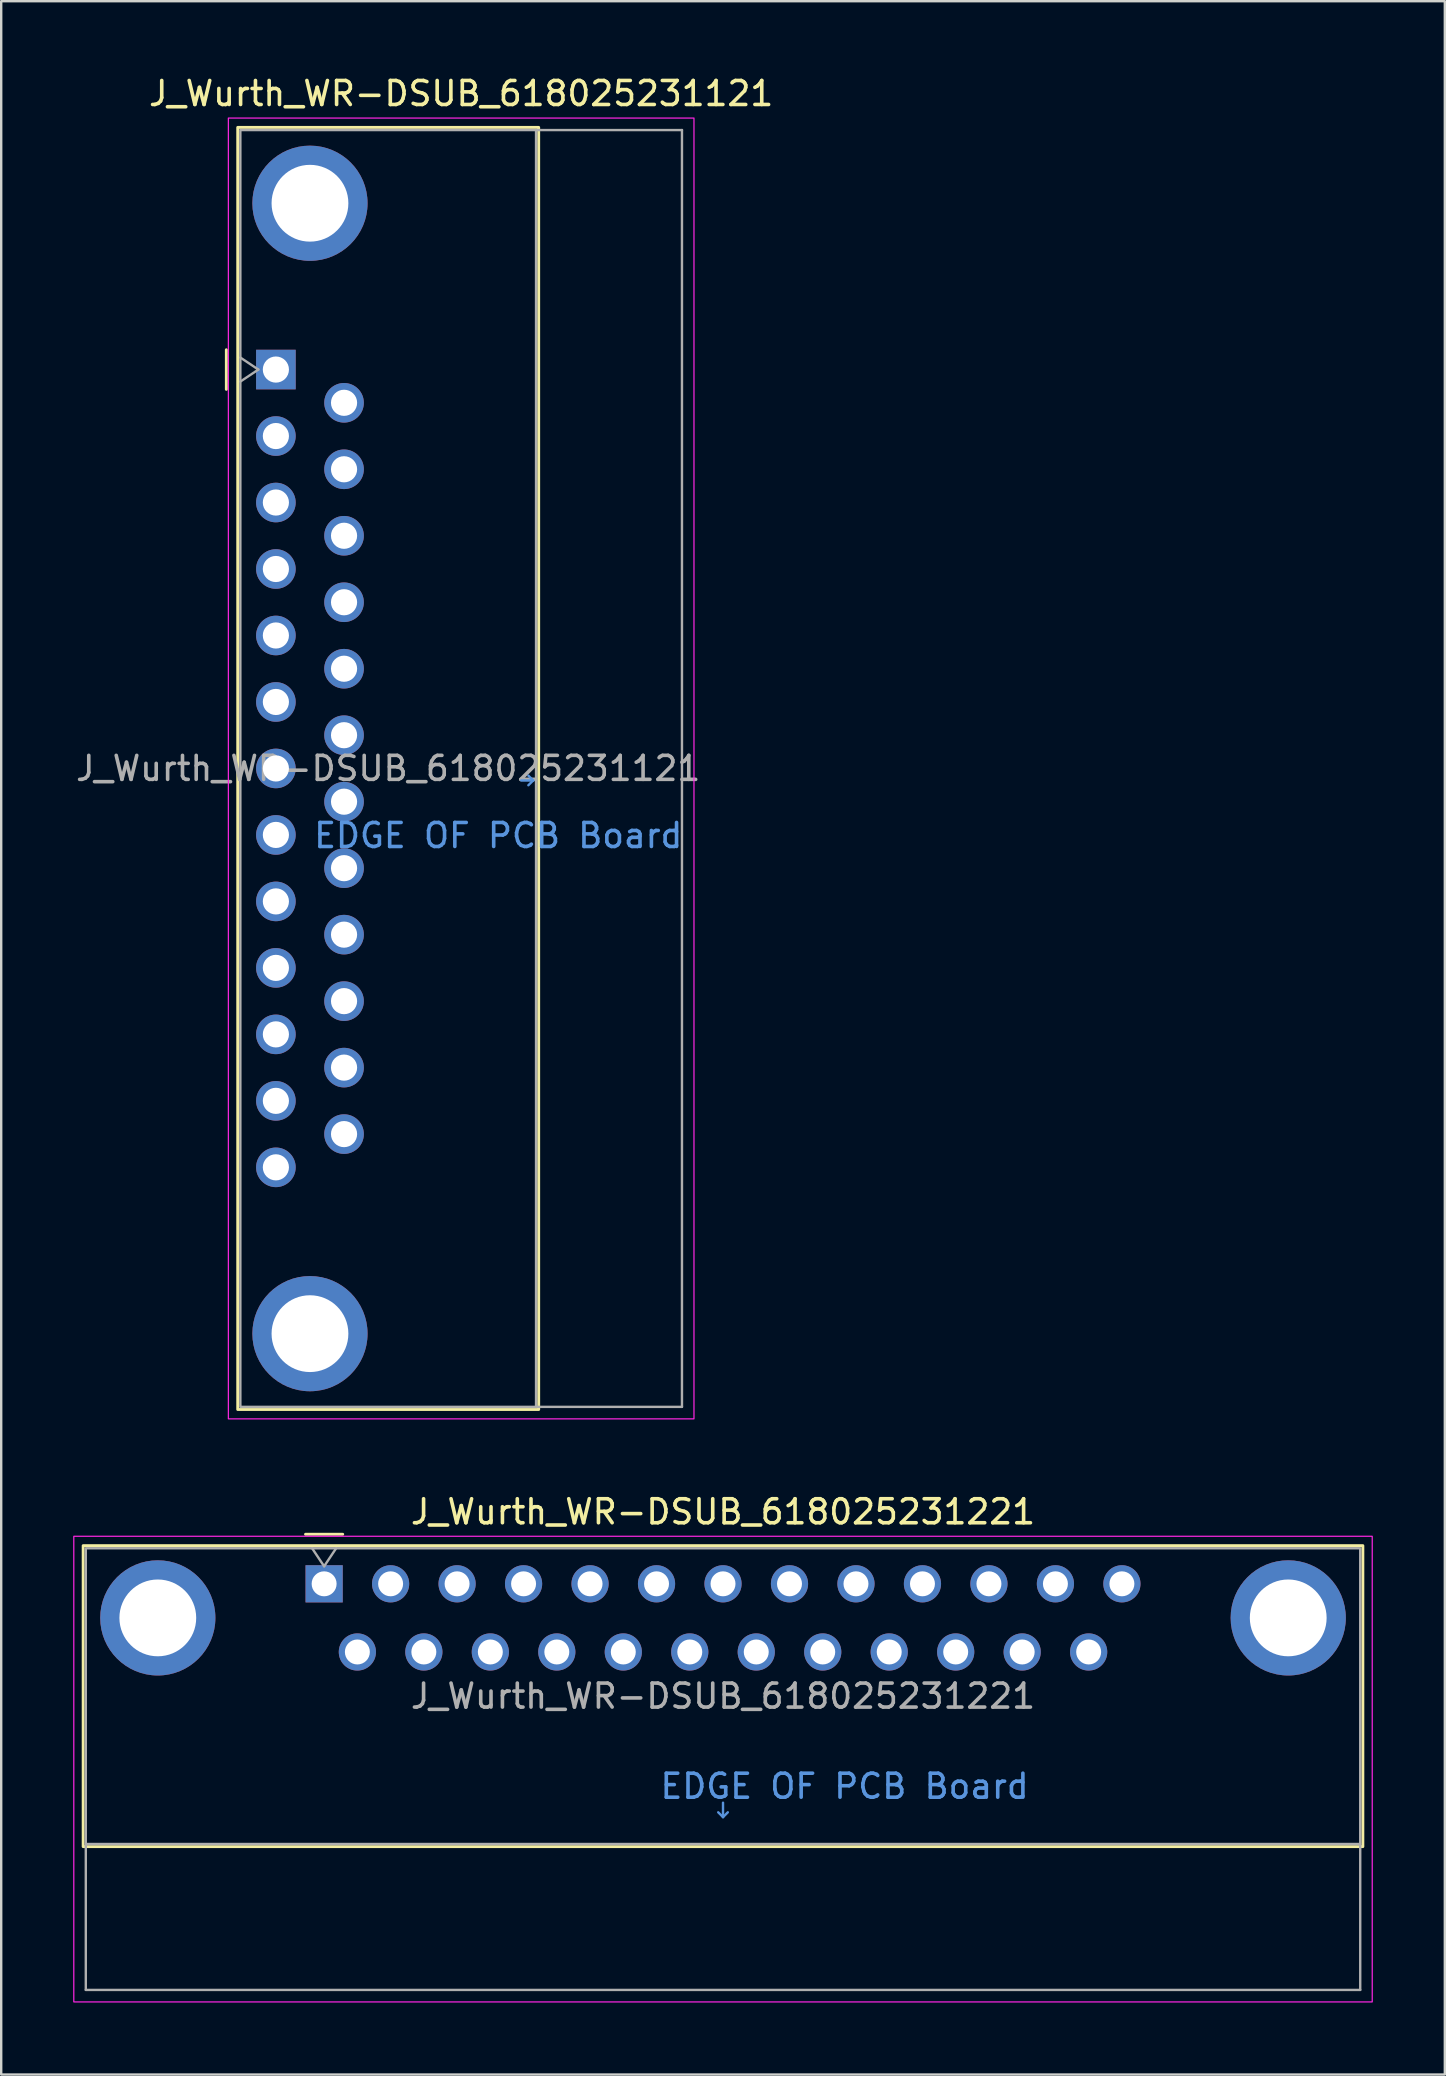
<source format=kicad_pcb>
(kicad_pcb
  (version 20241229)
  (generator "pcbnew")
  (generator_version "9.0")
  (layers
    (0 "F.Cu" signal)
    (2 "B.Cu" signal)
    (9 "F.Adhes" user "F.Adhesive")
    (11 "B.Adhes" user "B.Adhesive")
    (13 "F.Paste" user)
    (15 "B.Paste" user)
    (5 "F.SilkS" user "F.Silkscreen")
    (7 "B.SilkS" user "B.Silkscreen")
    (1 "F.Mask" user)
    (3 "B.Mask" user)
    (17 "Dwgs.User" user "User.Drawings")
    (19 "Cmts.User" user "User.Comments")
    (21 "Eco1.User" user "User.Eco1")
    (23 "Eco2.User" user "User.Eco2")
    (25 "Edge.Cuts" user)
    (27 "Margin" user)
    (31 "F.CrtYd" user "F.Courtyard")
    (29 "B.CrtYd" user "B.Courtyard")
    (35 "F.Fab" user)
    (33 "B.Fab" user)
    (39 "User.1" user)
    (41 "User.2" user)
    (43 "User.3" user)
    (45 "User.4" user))
  (footprint "J_Wurth_WR-DSUB_618025231121"
    (layer "F.Cu")
    (at 8.445 12.348)
    (property "Reference" "J_Wurth_WR-DSUB_618025231121" (at 7.72 -11.5 0) (unlocked yes) (layer "F.SilkS") (effects (font (size 1 1) (thickness 0.15))))
    (attr through_hole)
    (fp_line (start -2.065 -0.825) (end -2.065 0.825) (stroke (width 0.12) (type solid)) (layer "F.SilkS"))
    (fp_rect (start -1.59 -10.09) (end 10.95 43.33) (stroke (width 0.12) (type solid)) (fill no) (layer "F.SilkS"))
    (fp_line (start 10.22 17.12) (end 10.72 17.12) (stroke (width 0.1) (type solid)) (layer "Cmts.User"))
    (fp_line (start 10.72 17.12) (end 10.52 16.92) (stroke (width 0.1) (type solid)) (layer "Cmts.User"))
    (fp_line (start 10.72 17.12) (end 10.52 17.32) (stroke (width 0.1) (type solid)) (layer "Cmts.User"))
    (fp_rect (start -1.98 -10.48) (end 17.42 43.72) (stroke (width 0.05) (type solid)) (fill no) (layer "F.CrtYd"))
    (fp_line (start -0.73 0) (end -1.48 -0.5) (stroke (width 0.1) (type solid)) (layer "F.Fab"))
    (fp_line (start -0.73 0) (end -1.48 0.5) (stroke (width 0.1) (type solid)) (layer "F.Fab"))
    (fp_line (start 10.84 -9.98) (end 16.92 -9.98) (stroke (width 0.1) (type solid)) (layer "F.Fab"))
    (fp_line (start 16.92 -9.98) (end 16.92 43.22) (stroke (width 0.1) (type solid)) (layer "F.Fab"))
    (fp_line (start 16.92 43.22) (end 10.84 43.22) (stroke (width 0.1) (type solid)) (layer "F.Fab"))
    (fp_rect (start -1.48 -9.98) (end 10.84 43.22) (stroke (width 0.1) (type solid)) (fill no) (layer "F.Fab"))
    (fp_text user "EDGE OF PCB Board" (at 1.5 20 0) (unlocked yes) (layer "Cmts.User") (effects (font (size 1 1) (thickness 0.15)) (justify left bottom)))
    (fp_text user "${REFERENCE}" (at 4.68 16.62 0) (unlocked yes) (layer "F.Fab") (effects (font (size 1 1) (thickness 0.15))))
    (pad "1" thru_hole rect (at 0 0 90) (size 1.65 1.65) (drill 1.09) (layers "*.Cu" "*.Mask"))
    (pad "2" thru_hole circle (at 0 2.77 90) (size 1.65 1.65) (drill 1.09) (layers "*.Cu" "*.Mask"))
    (pad "3" thru_hole circle (at 0 5.54 90) (size 1.65 1.65) (drill 1.09) (layers "*.Cu" "*.Mask"))
    (pad "4" thru_hole circle (at 0 8.31 90) (size 1.65 1.65) (drill 1.09) (layers "*.Cu" "*.Mask"))
    (pad "5" thru_hole circle (at 0 11.08 90) (size 1.65 1.65) (drill 1.09) (layers "*.Cu" "*.Mask"))
    (pad "6" thru_hole circle (at 0 13.85 90) (size 1.65 1.65) (drill 1.09) (layers "*.Cu" "*.Mask"))
    (pad "7" thru_hole circle (at 0 16.62 90) (size 1.65 1.65) (drill 1.09) (layers "*.Cu" "*.Mask"))
    (pad "8" thru_hole circle (at 0 19.39 90) (size 1.65 1.65) (drill 1.09) (layers "*.Cu" "*.Mask"))
    (pad "9" thru_hole circle (at 0 22.16 90) (size 1.65 1.65) (drill 1.09) (layers "*.Cu" "*.Mask"))
    (pad "10" thru_hole circle (at 0 24.93 90) (size 1.65 1.65) (drill 1.09) (layers "*.Cu" "*.Mask"))
    (pad "11" thru_hole circle (at 0 27.7 90) (size 1.65 1.65) (drill 1.09) (layers "*.Cu" "*.Mask"))
    (pad "12" thru_hole circle (at 0 30.47 90) (size 1.65 1.65) (drill 1.09) (layers "*.Cu" "*.Mask"))
    (pad "13" thru_hole circle (at 0 33.24 90) (size 1.65 1.65) (drill 1.09) (layers "*.Cu" "*.Mask"))
    (pad "14" thru_hole circle (at 2.84 1.385 90) (size 1.65 1.65) (drill 1.09) (layers "*.Cu" "*.Mask"))
    (pad "15" thru_hole circle (at 2.84 4.155 90) (size 1.65 1.65) (drill 1.09) (layers "*.Cu" "*.Mask"))
    (pad "16" thru_hole circle (at 2.84 6.925 90) (size 1.65 1.65) (drill 1.09) (layers "*.Cu" "*.Mask"))
    (pad "17" thru_hole circle (at 2.84 9.695 90) (size 1.65 1.65) (drill 1.09) (layers "*.Cu" "*.Mask"))
    (pad "18" thru_hole circle (at 2.84 12.465 90) (size 1.65 1.65) (drill 1.09) (layers "*.Cu" "*.Mask"))
    (pad "19" thru_hole circle (at 2.84 15.235 90) (size 1.65 1.65) (drill 1.09) (layers "*.Cu" "*.Mask"))
    (pad "20" thru_hole circle (at 2.84 18.005 90) (size 1.65 1.65) (drill 1.09) (layers "*.Cu" "*.Mask"))
    (pad "21" thru_hole circle (at 2.84 20.775 90) (size 1.65 1.65) (drill 1.09) (layers "*.Cu" "*.Mask"))
    (pad "22" thru_hole circle (at 2.84 23.545 90) (size 1.65 1.65) (drill 1.09) (layers "*.Cu" "*.Mask"))
    (pad "23" thru_hole circle (at 2.84 26.315 90) (size 1.65 1.65) (drill 1.09) (layers "*.Cu" "*.Mask"))
    (pad "24" thru_hole circle (at 2.84 29.085 90) (size 1.65 1.65) (drill 1.09) (layers "*.Cu" "*.Mask"))
    (pad "25" thru_hole circle (at 2.84 31.855 90) (size 1.65 1.65) (drill 1.09) (layers "*.Cu" "*.Mask"))
    (pad "S1" thru_hole circle (at 1.42 40.17 90) (size 4.8 4.8) (drill 3.2) (layers "*.Cu" "*.Mask"))
    (pad "S2" thru_hole circle (at 1.42 -6.93 90) (size 4.8 4.8) (drill 3.2) (layers "*.Cu" "*.Mask")))
  (footprint "J_Wurth_WR-DSUB_618025231221"
    (layer "F.Cu")
    (at 10.455 62.941)
    (property "Reference" "J_Wurth_WR-DSUB_618025231221" (at 16.62 -3 0) (unlocked yes) (layer "F.SilkS") (effects (font (size 1 1) (thickness 0.15))))
    (attr through_hole)
    (fp_line (start 0.775 -2.065) (end -0.775 -2.065) (stroke (width 0.12) (type solid)) (layer "F.SilkS"))
    (fp_rect (start -10.04 -1.59) (end 43.28 10.95) (stroke (width 0.12) (type solid)) (fill no) (layer "F.SilkS"))
    (fp_line (start 16.62 9.12) (end 16.62 9.72) (stroke (width 0.1) (type solid)) (layer "Cmts.User"))
    (fp_line (start 16.62 9.72) (end 16.42 9.52) (stroke (width 0.1) (type solid)) (layer "Cmts.User"))
    (fp_line (start 16.62 9.72) (end 16.82 9.52) (stroke (width 0.1) (type solid)) (layer "Cmts.User"))
    (fp_rect (start -10.43 -1.98) (end 43.67 17.42) (stroke (width 0.05) (type solid)) (fill no) (layer "F.CrtYd"))
    (fp_line (start -9.93 16.92) (end -9.93 10.84) (stroke (width 0.1) (type solid)) (layer "F.Fab"))
    (fp_line (start 0 -0.73) (end -0.5 -1.48) (stroke (width 0.1) (type solid)) (layer "F.Fab"))
    (fp_line (start 0 -0.73) (end 0.5 -1.48) (stroke (width 0.1) (type solid)) (layer "F.Fab"))
    (fp_line (start 43.17 10.84) (end 43.17 16.92) (stroke (width 0.1) (type solid)) (layer "F.Fab"))
    (fp_line (start 43.17 16.92) (end -9.93 16.92) (stroke (width 0.1) (type solid)) (layer "F.Fab"))
    (fp_rect (start -9.93 -1.48) (end 43.17 10.84) (stroke (width 0.1) (type solid)) (fill no) (layer "F.Fab"))
    (fp_text user "EDGE OF PCB Board" (at 13.92 9.02 0) (unlocked yes) (layer "Cmts.User") (effects (font (size 1 1) (thickness 0.15)) (justify left bottom)))
    (fp_text user "${REFERENCE}" (at 16.62 4.68 0) (unlocked yes) (layer "F.Fab") (effects (font (size 1 1) (thickness 0.15))))
    (pad "1" thru_hole rect (at 0 0) (size 1.55 1.55) (drill 1.04) (layers "*.Cu" "*.Mask"))
    (pad "2" thru_hole circle (at 2.77 0) (size 1.55 1.55) (drill 1.04) (layers "*.Cu" "*.Mask"))
    (pad "3" thru_hole circle (at 5.54 0) (size 1.55 1.55) (drill 1.04) (layers "*.Cu" "*.Mask"))
    (pad "4" thru_hole circle (at 8.31 0) (size 1.55 1.55) (drill 1.04) (layers "*.Cu" "*.Mask"))
    (pad "5" thru_hole circle (at 11.08 0) (size 1.55 1.55) (drill 1.04) (layers "*.Cu" "*.Mask"))
    (pad "6" thru_hole circle (at 13.85 0) (size 1.55 1.55) (drill 1.04) (layers "*.Cu" "*.Mask"))
    (pad "7" thru_hole circle (at 16.62 0) (size 1.55 1.55) (drill 1.04) (layers "*.Cu" "*.Mask"))
    (pad "8" thru_hole circle (at 19.39 0) (size 1.55 1.55) (drill 1.04) (layers "*.Cu" "*.Mask"))
    (pad "9" thru_hole circle (at 22.16 0) (size 1.55 1.55) (drill 1.04) (layers "*.Cu" "*.Mask"))
    (pad "10" thru_hole circle (at 24.93 0) (size 1.55 1.55) (drill 1.04) (layers "*.Cu" "*.Mask"))
    (pad "11" thru_hole circle (at 27.7 0) (size 1.55 1.55) (drill 1.04) (layers "*.Cu" "*.Mask"))
    (pad "12" thru_hole circle (at 30.47 0) (size 1.55 1.55) (drill 1.04) (layers "*.Cu" "*.Mask"))
    (pad "13" thru_hole circle (at 33.24 0) (size 1.55 1.55) (drill 1.04) (layers "*.Cu" "*.Mask"))
    (pad "14" thru_hole circle (at 1.385 2.84) (size 1.55 1.55) (drill 1.04) (layers "*.Cu" "*.Mask"))
    (pad "15" thru_hole circle (at 4.155 2.84) (size 1.55 1.55) (drill 1.04) (layers "*.Cu" "*.Mask"))
    (pad "16" thru_hole circle (at 6.925 2.84) (size 1.55 1.55) (drill 1.04) (layers "*.Cu" "*.Mask"))
    (pad "17" thru_hole circle (at 9.695 2.84) (size 1.55 1.55) (drill 1.04) (layers "*.Cu" "*.Mask"))
    (pad "18" thru_hole circle (at 12.465 2.84) (size 1.55 1.55) (drill 1.04) (layers "*.Cu" "*.Mask"))
    (pad "19" thru_hole circle (at 15.235 2.84) (size 1.55 1.55) (drill 1.04) (layers "*.Cu" "*.Mask"))
    (pad "20" thru_hole circle (at 18.005 2.84) (size 1.55 1.55) (drill 1.04) (layers "*.Cu" "*.Mask"))
    (pad "21" thru_hole circle (at 20.775 2.84) (size 1.55 1.55) (drill 1.04) (layers "*.Cu" "*.Mask"))
    (pad "22" thru_hole circle (at 23.545 2.84) (size 1.55 1.55) (drill 1.04) (layers "*.Cu" "*.Mask"))
    (pad "23" thru_hole circle (at 26.315 2.84) (size 1.55 1.55) (drill 1.04) (layers "*.Cu" "*.Mask"))
    (pad "24" thru_hole circle (at 29.085 2.84) (size 1.55 1.55) (drill 1.04) (layers "*.Cu" "*.Mask"))
    (pad "25" thru_hole circle (at 31.855 2.84) (size 1.55 1.55) (drill 1.04) (layers "*.Cu" "*.Mask"))
    (pad "S1" thru_hole circle (at -6.93 1.42) (size 4.8 4.8) (drill 3.2) (layers "*.Cu" "*.Mask"))
    (pad "S2" thru_hole circle (at 40.17 1.42) (size 4.8 4.8) (drill 3.2) (layers "*.Cu" "*.Mask")))
  (gr_rect
    (start -3 -3)
    (end 57.15 83.386)
    (stroke (width 0.1) (type default))
    (fill no)
    (layer "Edge.Cuts")))
</source>
